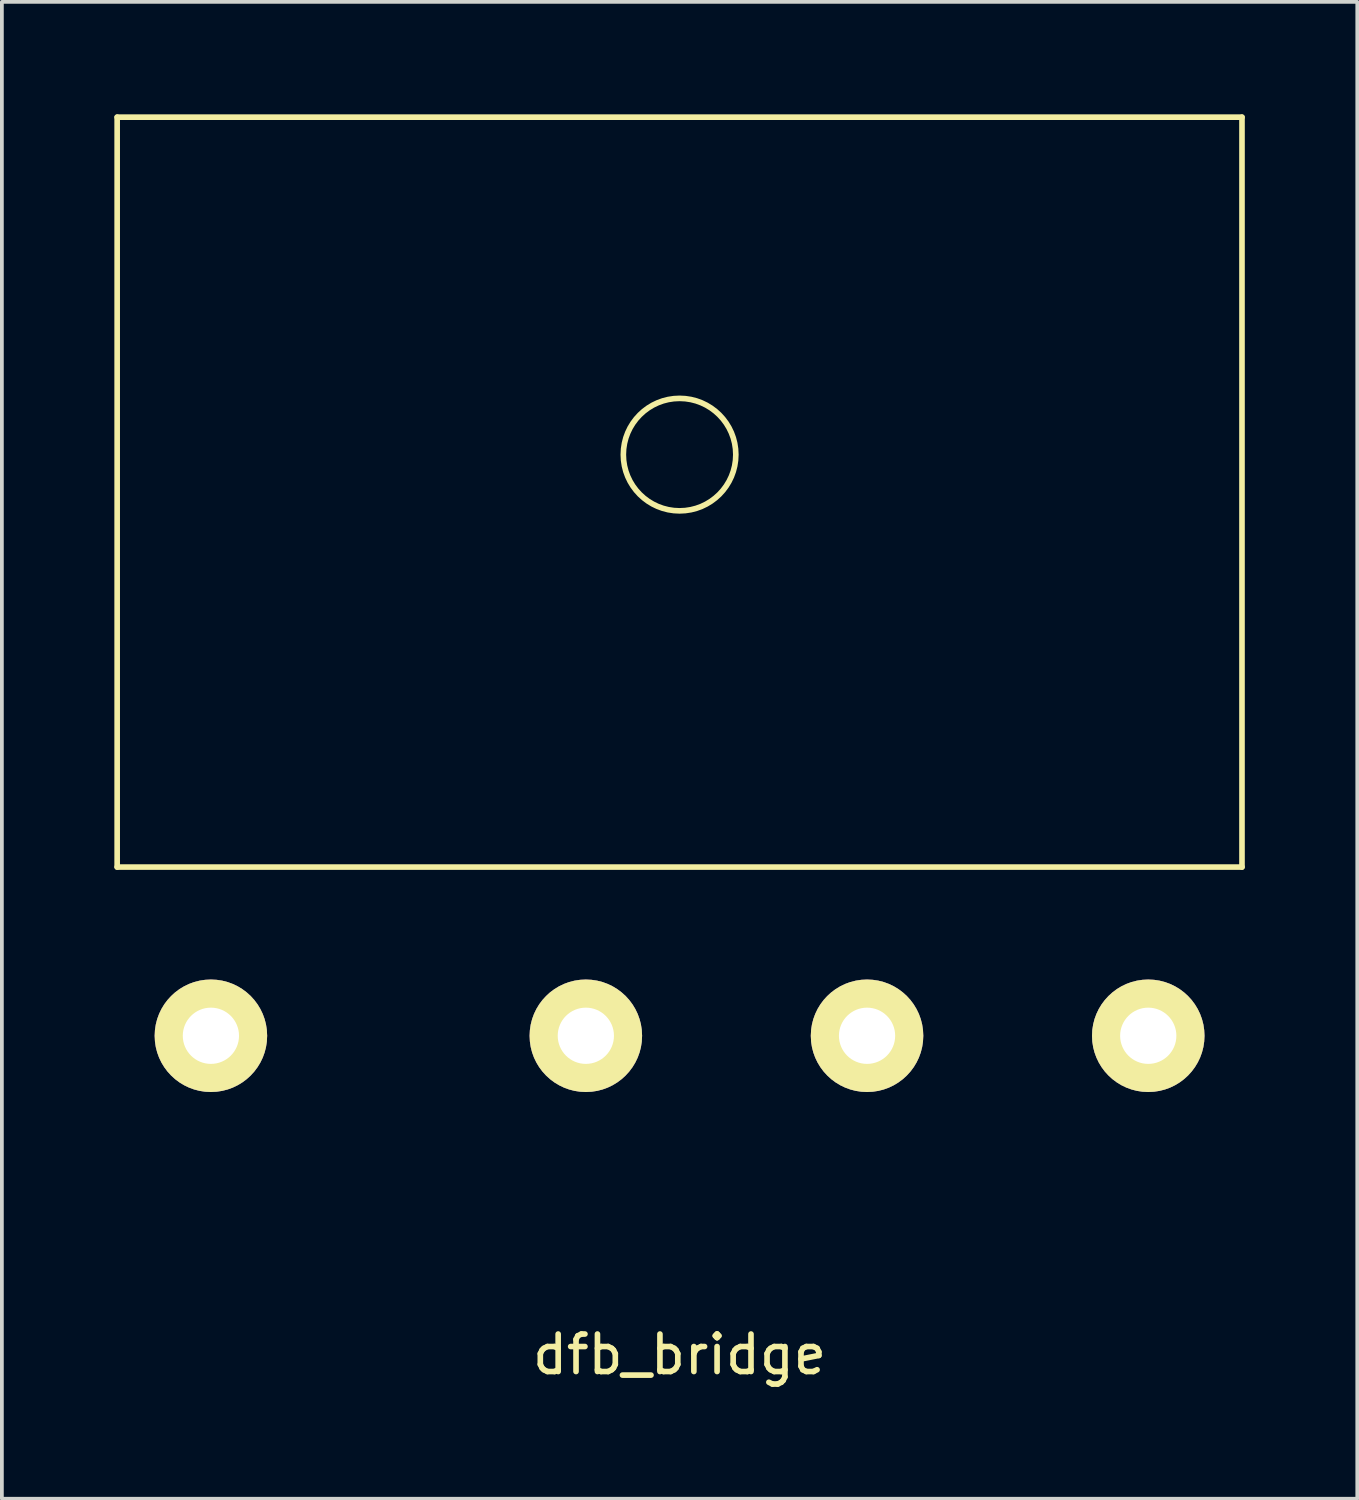
<source format=kicad_pcb>
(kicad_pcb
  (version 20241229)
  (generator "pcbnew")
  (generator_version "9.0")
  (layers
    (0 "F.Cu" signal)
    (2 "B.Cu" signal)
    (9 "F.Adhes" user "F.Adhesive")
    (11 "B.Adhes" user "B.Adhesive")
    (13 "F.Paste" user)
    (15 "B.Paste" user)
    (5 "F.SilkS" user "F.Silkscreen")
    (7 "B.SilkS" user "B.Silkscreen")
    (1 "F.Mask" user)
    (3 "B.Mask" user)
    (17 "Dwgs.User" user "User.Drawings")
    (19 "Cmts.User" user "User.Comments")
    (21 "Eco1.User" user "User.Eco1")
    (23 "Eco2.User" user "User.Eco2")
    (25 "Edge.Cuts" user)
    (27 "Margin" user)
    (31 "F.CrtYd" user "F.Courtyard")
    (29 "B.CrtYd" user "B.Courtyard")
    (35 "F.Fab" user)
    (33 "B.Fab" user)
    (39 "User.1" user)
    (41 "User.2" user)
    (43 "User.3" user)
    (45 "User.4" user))
  (footprint "dfb_bridge"
    (layer "F.Cu")
    (at 15.075 30.075)
    (property "Reference" "dfb_bridge" (at 0 3 0) (layer "F.SilkS") (effects (font (size 1 1) (thickness 0.15))))
    (attr through_hole)
    (fp_line (start -15 -30) (end -15 -10) (stroke (width 0.15) (type solid)) (layer "F.SilkS"))
    (fp_line (start -15 -30) (end 15 -30) (stroke (width 0.15) (type solid)) (layer "F.SilkS"))
    (fp_line (start -15 -10) (end 15 -10) (stroke (width 0.15) (type solid)) (layer "F.SilkS"))
    (fp_line (start 15 -30) (end 15 -10) (stroke (width 0.15) (type solid)) (layer "F.SilkS"))
    (fp_circle (center 0 -21) (end 1.5 -21) (stroke (width 0.15) (type solid)) (fill no) (layer "F.SilkS"))
    (pad "1" thru_hole circle (at 12.5 -5.5) (size 3 3) (drill 1.5) (layers "*.Cu" "*.Mask" "F.SilkS"))
    (pad "2" thru_hole circle (at -2.5 -5.5) (size 3 3) (drill 1.5) (layers "*.Cu" "*.Mask" "F.SilkS"))
    (pad "3" thru_hole circle (at -12.5 -5.5) (size 3 3) (drill 1.5) (layers "*.Cu" "*.Mask" "F.SilkS"))
    (pad "4" thru_hole circle (at 5 -5.5) (size 3 3) (drill 1.5) (layers "*.Cu" "*.Mask" "F.SilkS")))
  (gr_rect
    (start -3 -3)
    (end 33.15 36.923)
    (stroke (width 0.1) (type default))
    (fill no)
    (layer "Edge.Cuts")))
</source>
